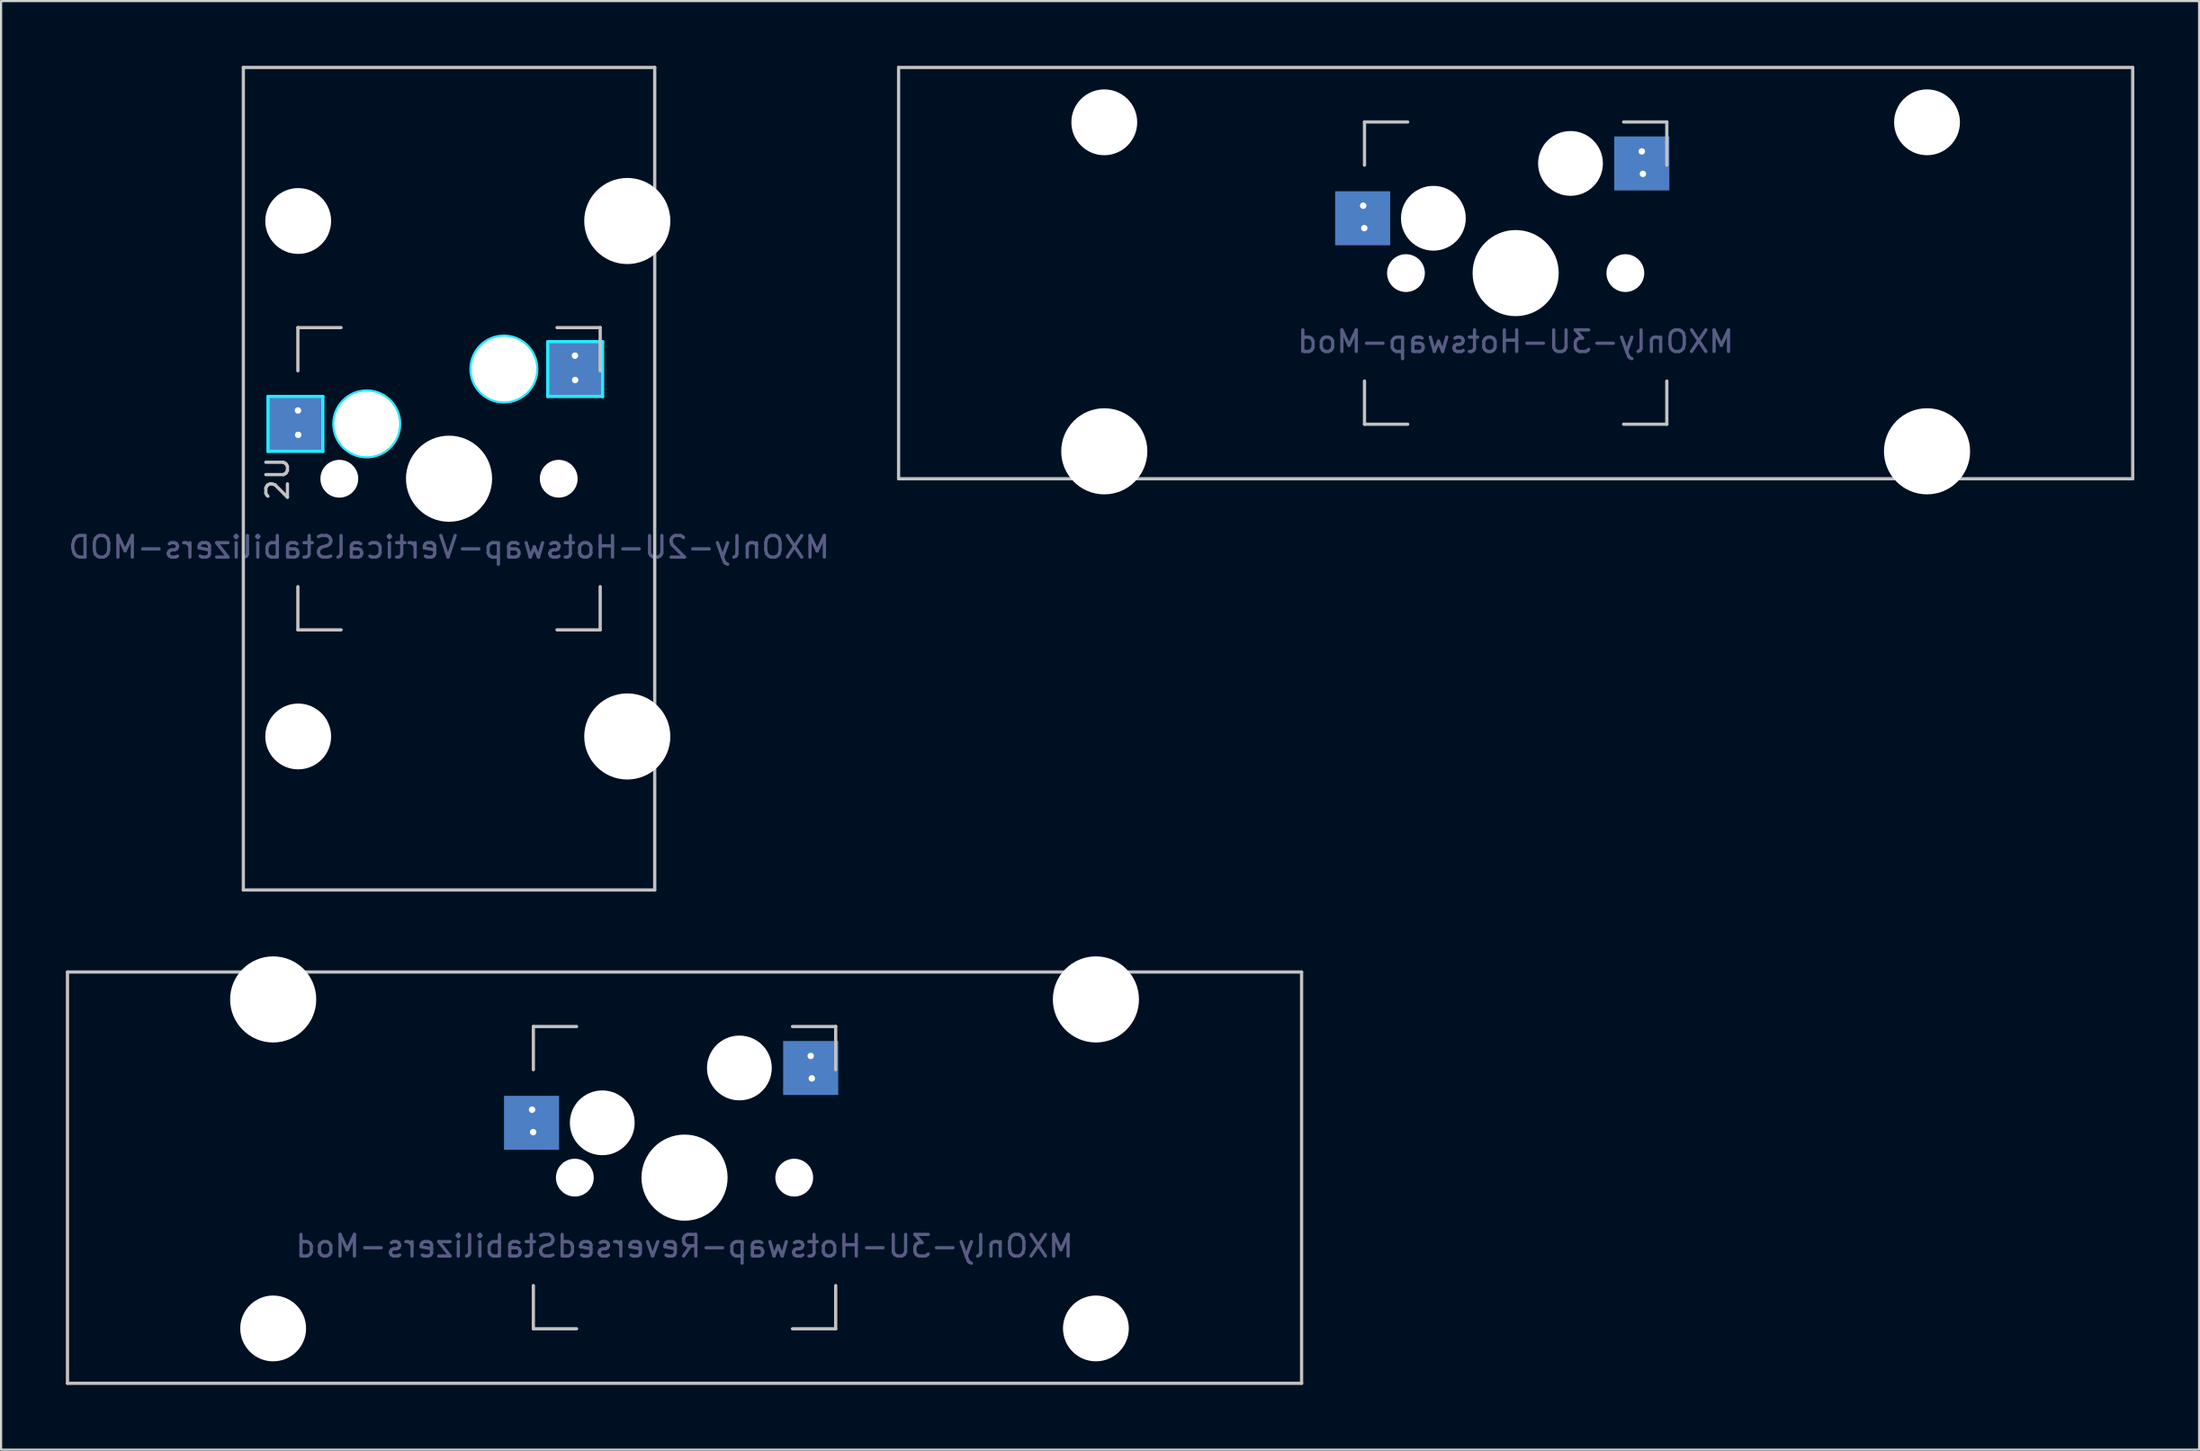
<source format=kicad_pcb>
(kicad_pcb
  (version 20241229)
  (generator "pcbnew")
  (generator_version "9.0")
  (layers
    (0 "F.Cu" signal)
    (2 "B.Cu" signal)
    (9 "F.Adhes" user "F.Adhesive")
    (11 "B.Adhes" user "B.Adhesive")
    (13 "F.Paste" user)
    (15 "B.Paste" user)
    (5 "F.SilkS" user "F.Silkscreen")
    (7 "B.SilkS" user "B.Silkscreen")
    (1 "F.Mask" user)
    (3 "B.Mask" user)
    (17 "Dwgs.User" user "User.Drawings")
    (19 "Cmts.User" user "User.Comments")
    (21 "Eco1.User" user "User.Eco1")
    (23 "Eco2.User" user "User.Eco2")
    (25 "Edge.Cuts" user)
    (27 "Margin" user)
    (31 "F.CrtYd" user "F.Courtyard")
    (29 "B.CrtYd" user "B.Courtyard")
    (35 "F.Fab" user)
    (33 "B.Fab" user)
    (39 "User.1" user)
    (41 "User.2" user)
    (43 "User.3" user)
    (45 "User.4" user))
  (footprint "MXOnly-2U-Hotswap-VerticalStabilizers-MOD"
    (layer "F.Cu")
    (at 17.744 19.125)
    (property "Reference" "MXOnly-2U-Hotswap-VerticalStabilizers-MOD" (at 0 3.175 0) (layer "B.Fab") (effects (font (size 1 1) (thickness 0.15)) (justify mirror)))
    (attr through_hole)
    (fp_line (start -9.525 -19.05) (end 9.525 -19.05) (stroke (width 0.15) (type solid)) (layer "Dwgs.User"))
    (fp_line (start -9.525 19.05) (end -9.525 -19.05) (stroke (width 0.15) (type solid)) (layer "Dwgs.User"))
    (fp_line (start -7 -7) (end -7 -5) (stroke (width 0.15) (type solid)) (layer "Dwgs.User"))
    (fp_line (start -7 5) (end -7 7) (stroke (width 0.15) (type solid)) (layer "Dwgs.User"))
    (fp_line (start -7 7) (end -5 7) (stroke (width 0.15) (type solid)) (layer "Dwgs.User"))
    (fp_line (start -5 -7) (end -7 -7) (stroke (width 0.15) (type solid)) (layer "Dwgs.User"))
    (fp_line (start 5 -7) (end 7 -7) (stroke (width 0.15) (type solid)) (layer "Dwgs.User"))
    (fp_line (start 5 7) (end 7 7) (stroke (width 0.15) (type solid)) (layer "Dwgs.User"))
    (fp_line (start 7 -7) (end 7 -5) (stroke (width 0.15) (type solid)) (layer "Dwgs.User"))
    (fp_line (start 7 7) (end 7 5) (stroke (width 0.15) (type solid)) (layer "Dwgs.User"))
    (fp_line (start 9.525 19.05) (end -9.525 19.05) (stroke (width 0.15) (type solid)) (layer "Dwgs.User"))
    (fp_line (start 9.525 19.05) (end 9.525 -19.05) (stroke (width 0.15) (type solid)) (layer "Dwgs.User"))
    (fp_line (start -8.382 -3.81) (end -5.842 -3.81) (stroke (width 0.15) (type solid)) (layer "B.CrtYd"))
    (fp_line (start -8.382 -1.27) (end -8.382 -3.81) (stroke (width 0.15) (type solid)) (layer "B.CrtYd"))
    (fp_line (start -5.842 -3.81) (end -5.842 -1.27) (stroke (width 0.15) (type solid)) (layer "B.CrtYd"))
    (fp_line (start -5.842 -1.27) (end -8.382 -1.27) (stroke (width 0.15) (type solid)) (layer "B.CrtYd"))
    (fp_line (start 4.572 -6.35) (end 7.112 -6.35) (stroke (width 0.15) (type solid)) (layer "B.CrtYd"))
    (fp_line (start 4.572 -3.81) (end 4.572 -6.35) (stroke (width 0.15) (type solid)) (layer "B.CrtYd"))
    (fp_line (start 7.112 -6.35) (end 7.112 -3.81) (stroke (width 0.15) (type solid)) (layer "B.CrtYd"))
    (fp_line (start 7.112 -3.81) (end 4.572 -3.81) (stroke (width 0.15) (type solid)) (layer "B.CrtYd"))
    (fp_circle (center -3.81 -2.54) (end -3.81 -4.064) (stroke (width 0.15) (type solid)) (fill no) (layer "B.CrtYd"))
    (fp_circle (center 2.54 -5.08) (end 2.54 -6.604) (stroke (width 0.15) (type solid)) (fill no) (layer "B.CrtYd"))
    (fp_text user "2U" (at -7.938 0 270) (layer "Dwgs.User") (effects (font (size 1 1) (thickness 0.15))))
    (pad "" np_thru_hole circle (at -6.985 -11.938 180) (size 3.048 3.048) (drill 3.048) (layers "*.Cu" "*.Mask"))
    (pad "" np_thru_hole circle (at -6.985 11.938 90) (size 3.048 3.048) (drill 3.048) (layers "*.Cu" "*.Mask"))
    (pad "" np_thru_hole circle (at -5.08 0 48.1) (size 1.75 1.75) (drill 1.75) (layers "*.Cu" "*.Mask"))
    (pad "" np_thru_hole circle (at -3.81 -2.54) (size 3 3) (drill 3) (layers "*.Cu" "*.Mask"))
    (pad "" np_thru_hole circle (at 0 0) (size 3.988 3.988) (drill 3.988) (layers "*.Cu" "*.Mask"))
    (pad "" np_thru_hole circle (at 2.54 -5.08) (size 3 3) (drill 3) (layers "*.Cu" "*.Mask"))
    (pad "" np_thru_hole circle (at 5.08 0 48.1) (size 1.75 1.75) (drill 1.75) (layers "*.Cu" "*.Mask"))
    (pad "" np_thru_hole circle (at 8.255 -11.938 90) (size 3.988 3.988) (drill 3.988) (layers "*.Cu" "*.Mask"))
    (pad "" np_thru_hole circle (at 8.255 11.938 90) (size 3.988 3.988) (drill 3.988) (layers "*.Cu" "*.Mask"))
    (pad "1" smd rect (at -7.085 -2.54) (size 2.55 2.5) (layers "B.Cu" "B.Mask" "B.Paste"))
    (pad "1" thru_hole circle (at -6.995 -3.162) (size 0.6 0.6) (drill 0.3) (layers "*.Cu" "*.Mask"))
    (pad "1" thru_hole circle (at -6.985 -2.032) (size 0.6 0.6) (drill 0.3) (layers "*.Cu" "*.Mask"))
    (pad "2" thru_hole circle (at 5.832 -5.702) (size 0.6 0.6) (drill 0.3) (layers "*.Cu" "*.Mask"))
    (pad "2" smd rect (at 5.842 -5.08) (size 2.55 2.5) (layers "B.Cu" "B.Mask" "B.Paste"))
    (pad "2" thru_hole circle (at 5.842 -4.572) (size 0.6 0.6) (drill 0.3) (layers "*.Cu" "*.Mask")))
  (footprint "MXOnly-3U-Hotswap-ReversedStabilizers-Mod"
    (layer "F.Cu")
    (at 28.65 51.499)
    (property "Reference" "MXOnly-3U-Hotswap-ReversedStabilizers-Mod" (at 0 3.175 0) (layer "B.Fab") (effects (font (size 1 1) (thickness 0.15)) (justify mirror)))
    (attr through_hole)
    (fp_line (start -28.575 -9.525) (end 28.575 -9.525) (stroke (width 0.15) (type solid)) (layer "Dwgs.User"))
    (fp_line (start -28.575 9.525) (end -28.575 -9.525) (stroke (width 0.15) (type solid)) (layer "Dwgs.User"))
    (fp_line (start -28.575 9.525) (end 28.575 9.525) (stroke (width 0.15) (type solid)) (layer "Dwgs.User"))
    (fp_line (start -7 -7) (end -7 -5) (stroke (width 0.15) (type solid)) (layer "Dwgs.User"))
    (fp_line (start -7 5) (end -7 7) (stroke (width 0.15) (type solid)) (layer "Dwgs.User"))
    (fp_line (start -7 7) (end -5 7) (stroke (width 0.15) (type solid)) (layer "Dwgs.User"))
    (fp_line (start -5 -7) (end -7 -7) (stroke (width 0.15) (type solid)) (layer "Dwgs.User"))
    (fp_line (start 5 -7) (end 7 -7) (stroke (width 0.15) (type solid)) (layer "Dwgs.User"))
    (fp_line (start 5 7) (end 7 7) (stroke (width 0.15) (type solid)) (layer "Dwgs.User"))
    (fp_line (start 7 -7) (end 7 -5) (stroke (width 0.15) (type solid)) (layer "Dwgs.User"))
    (fp_line (start 7 7) (end 7 5) (stroke (width 0.15) (type solid)) (layer "Dwgs.User"))
    (fp_line (start 28.575 -9.525) (end 28.575 9.525) (stroke (width 0.15) (type solid)) (layer "Dwgs.User"))
    (pad "" np_thru_hole circle (at -19.05 -8.255) (size 3.988 3.988) (drill 3.988) (layers "*.Cu" "*.Mask"))
    (pad "" np_thru_hole circle (at -19.05 6.985) (size 3.048 3.048) (drill 3.048) (layers "*.Cu" "*.Mask"))
    (pad "" np_thru_hole circle (at -5.08 0 48.1) (size 1.75 1.75) (drill 1.75) (layers "*.Cu" "*.Mask"))
    (pad "" np_thru_hole circle (at -3.81 -2.54) (size 3 3) (drill 3) (layers "*.Cu" "*.Mask"))
    (pad "" np_thru_hole circle (at 0 0) (size 3.988 3.988) (drill 3.988) (layers "*.Cu" "*.Mask"))
    (pad "" np_thru_hole circle (at 2.54 -5.08) (size 3 3) (drill 3) (layers "*.Cu" "*.Mask"))
    (pad "" np_thru_hole circle (at 5.08 0 48.1) (size 1.75 1.75) (drill 1.75) (layers "*.Cu" "*.Mask"))
    (pad "" np_thru_hole circle (at 19.05 -8.255) (size 3.988 3.988) (drill 3.988) (layers "*.Cu" "*.Mask"))
    (pad "" np_thru_hole circle (at 19.05 6.985) (size 3.048 3.048) (drill 3.048) (layers "*.Cu" "*.Mask"))
    (pad "1" smd rect (at -7.085 -2.54) (size 2.55 2.5) (layers "B.Cu" "B.Mask" "B.Paste"))
    (pad "1" thru_hole circle (at -7.06 -3.148) (size 0.6 0.6) (drill 0.3) (layers "*.Cu" "*.Mask"))
    (pad "1" thru_hole circle (at -7.01 -2.108) (size 0.6 0.6) (drill 0.3) (layers "*.Cu" "*.Mask"))
    (pad "2" smd rect (at 5.842 -5.08) (size 2.55 2.5) (layers "B.Cu" "B.Mask" "B.Paste"))
    (pad "2" thru_hole circle (at 5.843 -5.637) (size 0.6 0.6) (drill 0.3) (layers "*.Cu" "*.Mask"))
    (pad "2" thru_hole circle (at 5.893 -4.597) (size 0.6 0.6) (drill 0.3) (layers "*.Cu" "*.Mask")))
  (footprint "MXOnly-3U-Hotswap-Mod"
    (layer "F.Cu")
    (at 67.138 9.6)
    (property "Reference" "MXOnly-3U-Hotswap-Mod" (at 0 3.175 0) (layer "B.Fab") (effects (font (size 1 1) (thickness 0.15)) (justify mirror)))
    (attr through_hole)
    (fp_line (start -28.575 -9.525) (end 28.575 -9.525) (stroke (width 0.15) (type solid)) (layer "Dwgs.User"))
    (fp_line (start -28.575 9.525) (end -28.575 -9.525) (stroke (width 0.15) (type solid)) (layer "Dwgs.User"))
    (fp_line (start -28.575 9.525) (end 28.575 9.525) (stroke (width 0.15) (type solid)) (layer "Dwgs.User"))
    (fp_line (start -7 -7) (end -7 -5) (stroke (width 0.15) (type solid)) (layer "Dwgs.User"))
    (fp_line (start -7 5) (end -7 7) (stroke (width 0.15) (type solid)) (layer "Dwgs.User"))
    (fp_line (start -7 7) (end -5 7) (stroke (width 0.15) (type solid)) (layer "Dwgs.User"))
    (fp_line (start -5 -7) (end -7 -7) (stroke (width 0.15) (type solid)) (layer "Dwgs.User"))
    (fp_line (start 5 -7) (end 7 -7) (stroke (width 0.15) (type solid)) (layer "Dwgs.User"))
    (fp_line (start 5 7) (end 7 7) (stroke (width 0.15) (type solid)) (layer "Dwgs.User"))
    (fp_line (start 7 -7) (end 7 -5) (stroke (width 0.15) (type solid)) (layer "Dwgs.User"))
    (fp_line (start 7 7) (end 7 5) (stroke (width 0.15) (type solid)) (layer "Dwgs.User"))
    (fp_line (start 28.575 -9.525) (end 28.575 9.525) (stroke (width 0.15) (type solid)) (layer "Dwgs.User"))
    (pad "" np_thru_hole circle (at -19.05 -6.985) (size 3.048 3.048) (drill 3.048) (layers "*.Cu" "*.Mask"))
    (pad "" np_thru_hole circle (at -19.05 8.255) (size 3.988 3.988) (drill 3.988) (layers "*.Cu" "*.Mask"))
    (pad "" np_thru_hole circle (at -5.08 0 48.1) (size 1.75 1.75) (drill 1.75) (layers "*.Cu" "*.Mask"))
    (pad "" np_thru_hole circle (at -3.81 -2.54) (size 3 3) (drill 3) (layers "*.Cu" "*.Mask"))
    (pad "" np_thru_hole circle (at 0 0) (size 3.988 3.988) (drill 3.988) (layers "*.Cu" "*.Mask"))
    (pad "" np_thru_hole circle (at 2.54 -5.08) (size 3 3) (drill 3) (layers "*.Cu" "*.Mask"))
    (pad "" np_thru_hole circle (at 5.08 0 48.1) (size 1.75 1.75) (drill 1.75) (layers "*.Cu" "*.Mask"))
    (pad "" np_thru_hole circle (at 19.05 -6.985) (size 3.048 3.048) (drill 3.048) (layers "*.Cu" "*.Mask"))
    (pad "" np_thru_hole circle (at 19.05 8.255) (size 3.988 3.988) (drill 3.988) (layers "*.Cu" "*.Mask"))
    (pad "1" smd rect (at -7.085 -2.54) (size 2.55 2.5) (layers "B.Cu" "B.Mask" "B.Paste"))
    (pad "1" thru_hole circle (at -7.06 -3.123) (size 0.6 0.6) (drill 0.3) (layers "*.Cu" "*.Mask"))
    (pad "1" thru_hole circle (at -7.01 -2.083) (size 0.6 0.6) (drill 0.3) (layers "*.Cu" "*.Mask"))
    (pad "2" smd rect (at 5.842 -5.08) (size 2.55 2.5) (layers "B.Cu" "B.Mask" "B.Paste"))
    (pad "2" thru_hole circle (at 5.843 -5.637) (size 0.6 0.6) (drill 0.3) (layers "*.Cu" "*.Mask"))
    (pad "2" thru_hole circle (at 5.893 -4.597) (size 0.6 0.6) (drill 0.3) (layers "*.Cu" "*.Mask")))
  (gr_rect
    (start -3 -3)
    (end 98.788 64.099)
    (stroke (width 0.1) (type default))
    (fill no)
    (layer "Edge.Cuts")))
</source>
